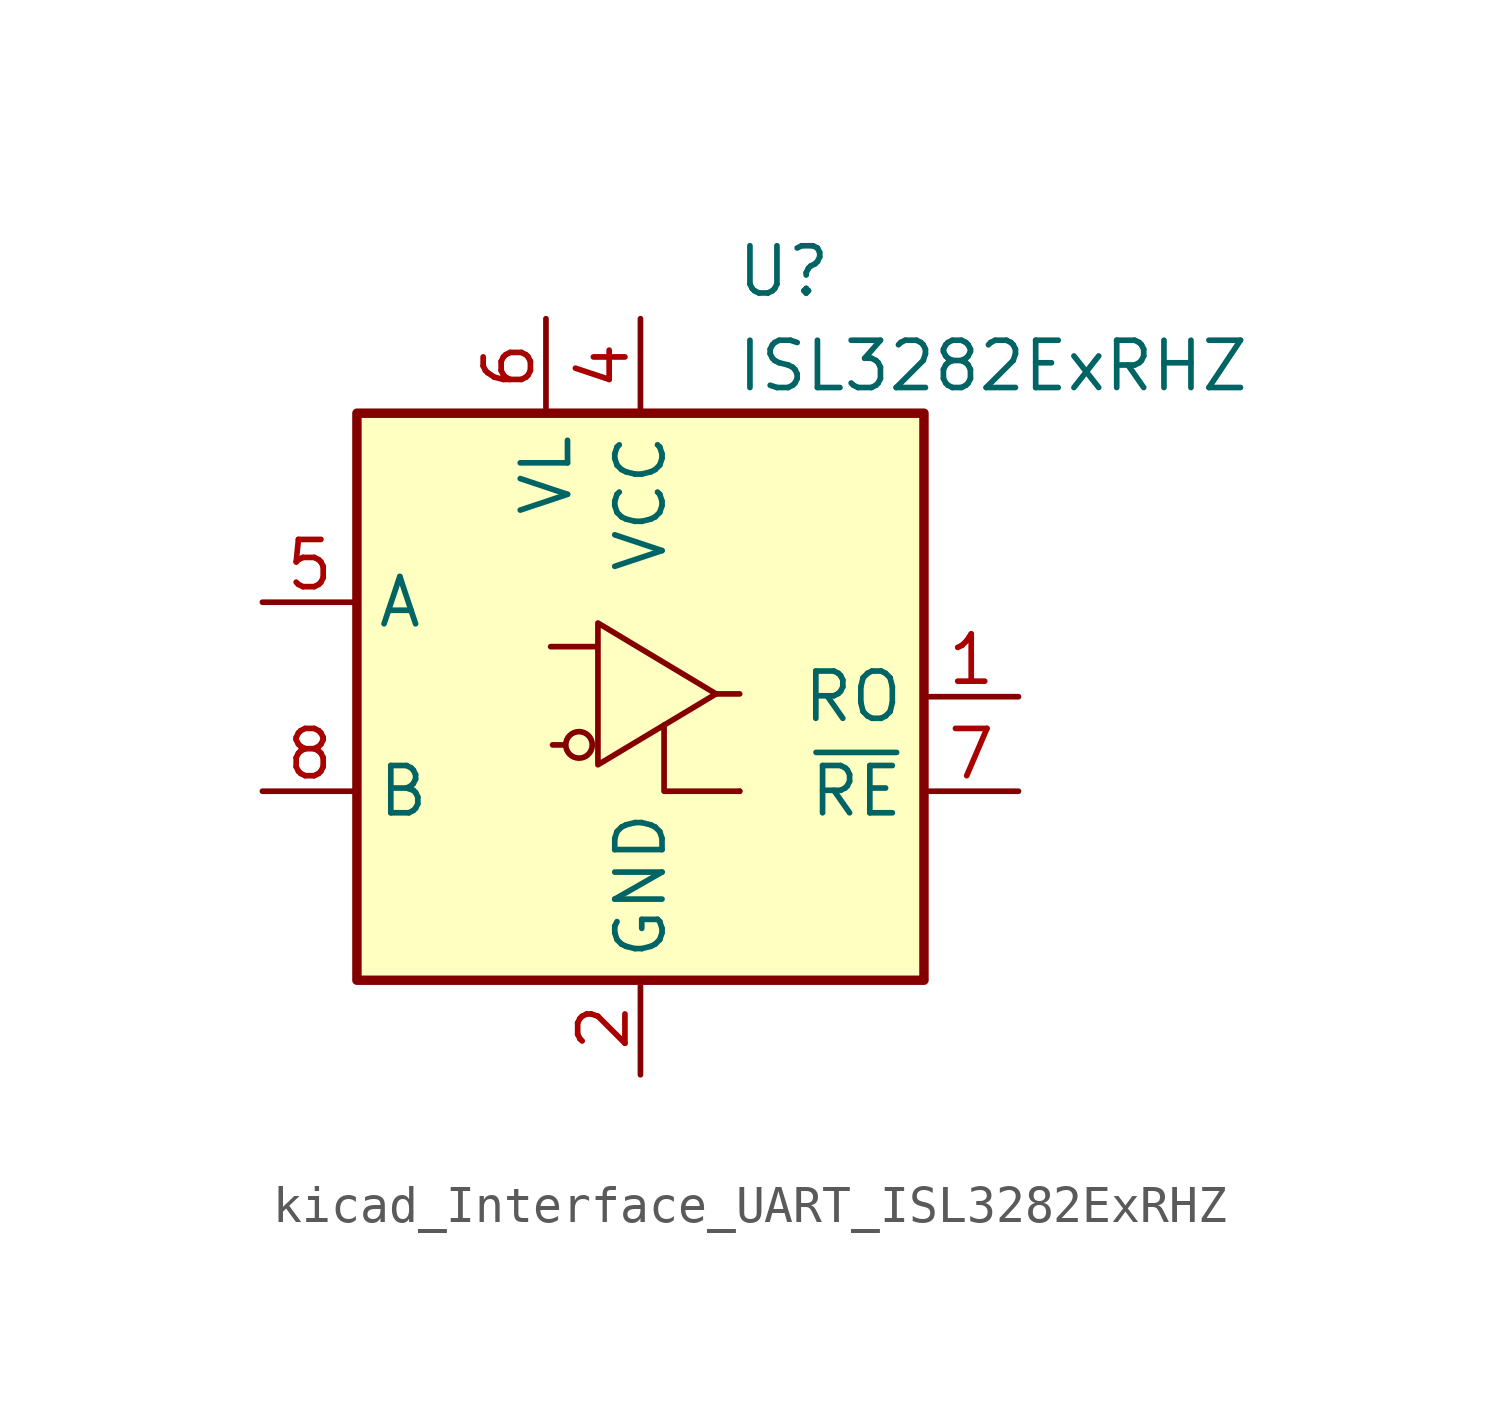
<source format=kicad_sym>
(kicad_symbol_lib
  (version 20220914)
  (generator kicad_symbol_editor)
  (symbol "kicad_Interface_UART_ISL3282ExRHZ"
    (property "Reference" "U"
      (at 2.54 11.43 0)
      (effects (font (size 1.27 1.27)) (justify left)))
    (property "Value" "ISL3282ExRHZ"
      (at 2.54 8.89 0)
      (effects (font (size 1.27 1.27)) (justify left)))
    (symbol "kicad_Interface_UART_ISL3282ExRHZ_0_1"
      (polyline (pts (xy 2.667 -2.54) (xy 2.667 -2.54)) (stroke (width 0) (type default)) (fill (type none)))
      (polyline (pts (xy 0.635 -0.762) (xy 0.635 -2.54) (xy 2.667 -2.54)) (stroke (width 0) (type default)) (fill (type none)))
      (rectangle (start 7.62 7.62) (end -7.62 -7.62) (stroke (width 0.254) (type default)) (fill (type background))))
    (symbol "kicad_Interface_UART_ISL3282ExRHZ_1_1"
      (circle (center -1.651 -1.295) (radius 0.356) (stroke (width 0) (type default)) (fill (type none)))
      (polyline (pts (xy -2.057 -1.295) (xy -2.362 -1.295)) (stroke (width 0) (type default)) (fill (type none)))
      (polyline (pts (xy 2.032 0.076) (xy 2.667 0.076)) (stroke (width 0) (type default)) (fill (type none)))
      (polyline (pts (xy -1.143 1.981) (xy -1.143 -1.829) (xy 2.032 0.076) (xy -1.143 1.981) (xy -1.143 1.346) (xy -2.413 1.346)) (stroke (width 0) (type default)) (fill (type none)))
      (pin output line (at 10.16 0 180) (length 2.54) (name "RO" (effects (font (size 1.27 1.27)))) (number "1" (effects (font (size 1.27 1.27)))))
      (pin power_in line (at 0 -10.16 90) (length 2.54) (name "GND" (effects (font (size 1.27 1.27)))) (number "2" (effects (font (size 1.27 1.27)))))
      (pin no_connect line (at -7.62 -5.08 0) (length 2.54) hide (name "NC" (effects (font (size 1.27 1.27)))) (number "3" (effects (font (size 1.27 1.27)))))
      (pin power_in line (at 0 10.16 270) (length 2.54) (name "VCC" (effects (font (size 1.27 1.27)))) (number "4" (effects (font (size 1.27 1.27)))))
      (pin input line (at -10.16 2.54 0) (length 2.54) (name "A" (effects (font (size 1.27 1.27)))) (number "5" (effects (font (size 1.27 1.27)))))
      (pin power_in line (at -2.54 10.16 270) (length 2.54) (name "VL" (effects (font (size 1.27 1.27)))) (number "6" (effects (font (size 1.27 1.27)))))
      (pin input line (at 10.16 -2.54 180) (length 2.54) (name "~{RE}" (effects (font (size 1.27 1.27)))) (number "7" (effects (font (size 1.27 1.27)))))
      (pin input line (at -10.16 -2.54 0) (length 2.54) (name "B" (effects (font (size 1.27 1.27)))) (number "8" (effects (font (size 1.27 1.27)))))
      (pin passive line (at 0 -10.16 90) (length 2.54) hide (name "GND" (effects (font (size 1.27 1.27)))) (number "9" (effects (font (size 1.27 1.27))))))))
</source>
